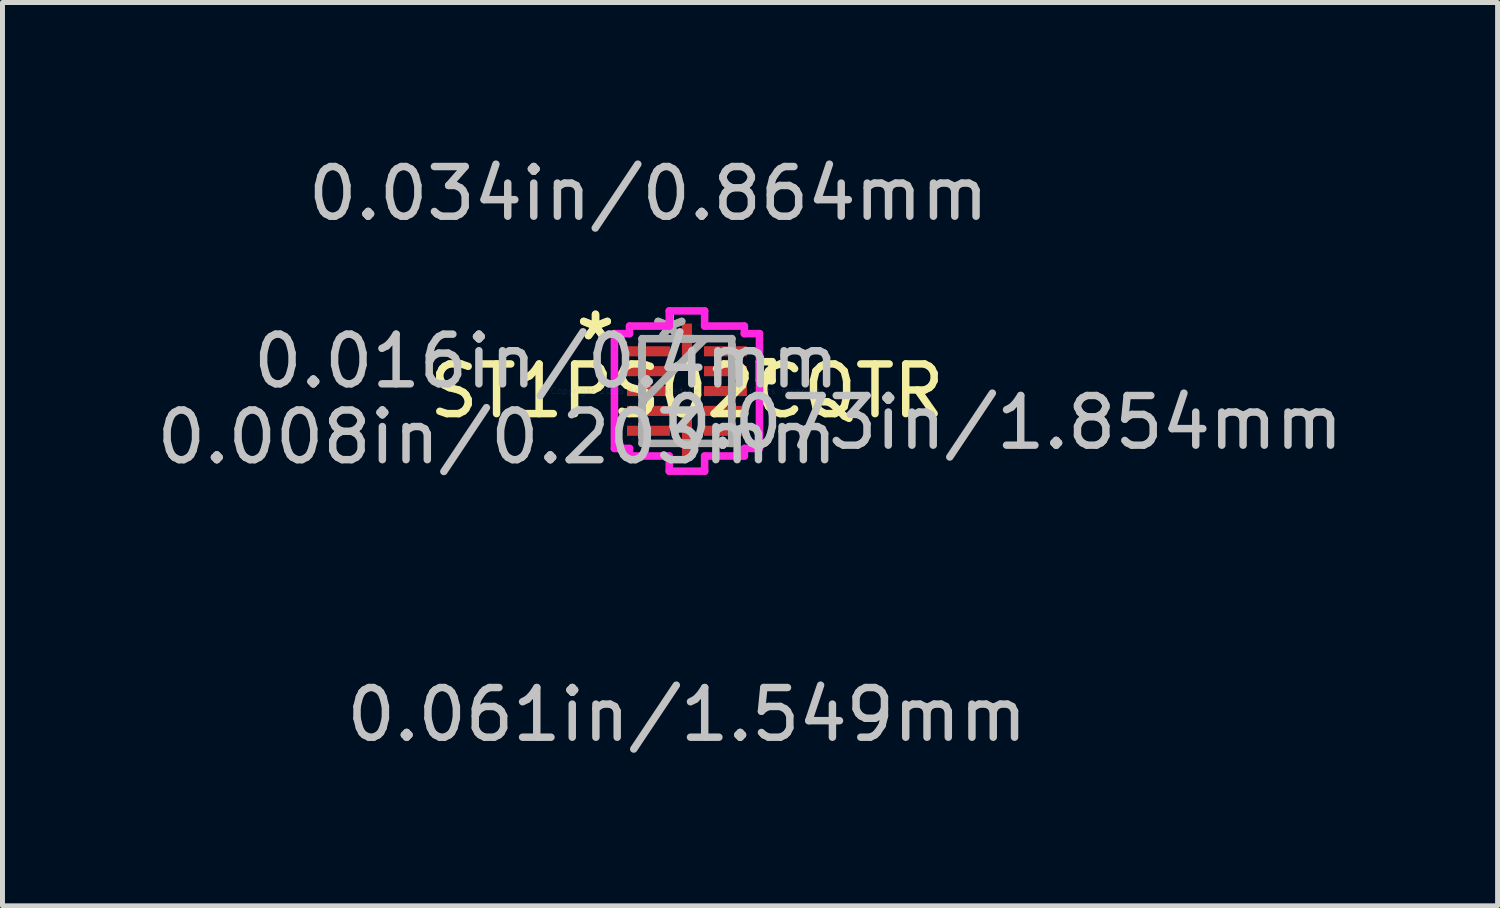
<source format=kicad_pcb>
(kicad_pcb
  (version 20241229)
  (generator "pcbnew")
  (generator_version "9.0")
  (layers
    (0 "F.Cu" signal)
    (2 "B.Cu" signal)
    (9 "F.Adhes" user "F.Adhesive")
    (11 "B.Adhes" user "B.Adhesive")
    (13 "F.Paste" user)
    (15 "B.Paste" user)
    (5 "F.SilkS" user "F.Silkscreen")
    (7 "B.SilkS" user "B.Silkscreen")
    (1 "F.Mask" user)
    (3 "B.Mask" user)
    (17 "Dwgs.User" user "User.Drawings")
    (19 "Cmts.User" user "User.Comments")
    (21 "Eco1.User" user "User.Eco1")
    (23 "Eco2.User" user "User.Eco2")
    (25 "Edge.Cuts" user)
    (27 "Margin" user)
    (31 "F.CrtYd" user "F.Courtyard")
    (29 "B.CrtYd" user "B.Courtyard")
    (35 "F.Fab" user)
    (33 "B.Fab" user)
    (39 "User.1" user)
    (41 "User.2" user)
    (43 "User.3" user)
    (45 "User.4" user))
  (footprint "ST1PS02CQTR"
    (layer "F.Cu")
    (at 10.781 4.823)
    (property "Reference" "ST1PS02CQTR" (at 0 0 0) (layer "F.SilkS") (effects (font (size 1 1) (thickness 0.15))))
    (attr through_hole)
    (fp_line (start 1.46 -0.591) (end 1.714 -0.591) (stroke (width 0.152) (type solid)) (layer "F.SilkS"))
    (fp_line (start 1.46 -0.21) (end 1.46 -0.591) (stroke (width 0.152) (type solid)) (layer "F.SilkS"))
    (fp_line (start 1.714 -0.591) (end 1.714 -0.21) (stroke (width 0.152) (type solid)) (layer "F.SilkS"))
    (fp_line (start 1.714 -0.21) (end 1.46 -0.21) (stroke (width 0.152) (type solid)) (layer "F.SilkS"))
    (fp_line (start -1.46 -1.156) (end -1.156 -1.156) (stroke (width 0.152) (type solid)) (layer "F.CrtYd"))
    (fp_line (start -1.46 1.156) (end -1.46 -1.156) (stroke (width 0.152) (type solid)) (layer "F.CrtYd"))
    (fp_line (start -1.156 -1.308) (end -0.356 -1.308) (stroke (width 0.152) (type solid)) (layer "F.CrtYd"))
    (fp_line (start -1.156 -1.156) (end -1.156 -1.308) (stroke (width 0.152) (type solid)) (layer "F.CrtYd"))
    (fp_line (start -1.156 1.156) (end -1.46 1.156) (stroke (width 0.152) (type solid)) (layer "F.CrtYd"))
    (fp_line (start -1.156 1.308) (end -1.156 1.156) (stroke (width 0.152) (type solid)) (layer "F.CrtYd"))
    (fp_line (start -0.356 -1.613) (end 0.356 -1.613) (stroke (width 0.152) (type solid)) (layer "F.CrtYd"))
    (fp_line (start -0.356 -1.308) (end -0.356 -1.613) (stroke (width 0.152) (type solid)) (layer "F.CrtYd"))
    (fp_line (start -0.356 1.308) (end -1.156 1.308) (stroke (width 0.152) (type solid)) (layer "F.CrtYd"))
    (fp_line (start -0.356 1.613) (end -0.356 1.308) (stroke (width 0.152) (type solid)) (layer "F.CrtYd"))
    (fp_line (start 0.356 -1.613) (end 0.356 -1.308) (stroke (width 0.152) (type solid)) (layer "F.CrtYd"))
    (fp_line (start 0.356 -1.308) (end 1.156 -1.308) (stroke (width 0.152) (type solid)) (layer "F.CrtYd"))
    (fp_line (start 0.356 1.308) (end 0.356 1.613) (stroke (width 0.152) (type solid)) (layer "F.CrtYd"))
    (fp_line (start 0.356 1.613) (end -0.356 1.613) (stroke (width 0.152) (type solid)) (layer "F.CrtYd"))
    (fp_line (start 1.156 -1.308) (end 1.156 -1.156) (stroke (width 0.152) (type solid)) (layer "F.CrtYd"))
    (fp_line (start 1.156 -1.156) (end 1.46 -1.156) (stroke (width 0.152) (type solid)) (layer "F.CrtYd"))
    (fp_line (start 1.156 1.156) (end 1.156 1.308) (stroke (width 0.152) (type solid)) (layer "F.CrtYd"))
    (fp_line (start 1.156 1.308) (end 0.356 1.308) (stroke (width 0.152) (type solid)) (layer "F.CrtYd"))
    (fp_line (start 1.46 -1.156) (end 1.46 1.156) (stroke (width 0.152) (type solid)) (layer "F.CrtYd"))
    (fp_line (start 1.46 1.156) (end 1.156 1.156) (stroke (width 0.152) (type solid)) (layer "F.CrtYd"))
    (fp_line (start -0.902 -1.054) (end -0.902 -1.054) (stroke (width 0.152) (type solid)) (layer "F.Fab"))
    (fp_line (start -0.902 -1.054) (end -0.902 1.054) (stroke (width 0.152) (type solid)) (layer "F.Fab"))
    (fp_line (start -0.902 -0.927) (end -0.902 -0.927) (stroke (width 0.152) (type solid)) (layer "F.Fab"))
    (fp_line (start -0.902 -0.927) (end -0.902 -0.673) (stroke (width 0.152) (type solid)) (layer "F.Fab"))
    (fp_line (start -0.902 -0.673) (end -0.902 -0.927) (stroke (width 0.152) (type solid)) (layer "F.Fab"))
    (fp_line (start -0.902 -0.673) (end -0.902 -0.673) (stroke (width 0.152) (type solid)) (layer "F.Fab"))
    (fp_line (start -0.902 -0.527) (end -0.902 -0.527) (stroke (width 0.152) (type solid)) (layer "F.Fab"))
    (fp_line (start -0.902 -0.527) (end -0.902 -0.273) (stroke (width 0.152) (type solid)) (layer "F.Fab"))
    (fp_line (start -0.902 -0.273) (end -0.902 -0.527) (stroke (width 0.152) (type solid)) (layer "F.Fab"))
    (fp_line (start -0.902 -0.273) (end -0.902 -0.273) (stroke (width 0.152) (type solid)) (layer "F.Fab"))
    (fp_line (start -0.902 -0.127) (end -0.902 -0.127) (stroke (width 0.152) (type solid)) (layer "F.Fab"))
    (fp_line (start -0.902 -0.127) (end -0.902 0.127) (stroke (width 0.152) (type solid)) (layer "F.Fab"))
    (fp_line (start -0.902 0.127) (end -0.902 -0.127) (stroke (width 0.152) (type solid)) (layer "F.Fab"))
    (fp_line (start -0.902 0.127) (end -0.902 0.127) (stroke (width 0.152) (type solid)) (layer "F.Fab"))
    (fp_line (start -0.902 0.216) (end 0.368 -1.054) (stroke (width 0.152) (type solid)) (layer "F.Fab"))
    (fp_line (start -0.902 0.273) (end -0.902 0.273) (stroke (width 0.152) (type solid)) (layer "F.Fab"))
    (fp_line (start -0.902 0.273) (end -0.902 0.527) (stroke (width 0.152) (type solid)) (layer "F.Fab"))
    (fp_line (start -0.902 0.527) (end -0.902 0.273) (stroke (width 0.152) (type solid)) (layer "F.Fab"))
    (fp_line (start -0.902 0.527) (end -0.902 0.527) (stroke (width 0.152) (type solid)) (layer "F.Fab"))
    (fp_line (start -0.902 0.673) (end -0.902 0.673) (stroke (width 0.152) (type solid)) (layer "F.Fab"))
    (fp_line (start -0.902 0.673) (end -0.902 0.927) (stroke (width 0.152) (type solid)) (layer "F.Fab"))
    (fp_line (start -0.902 0.927) (end -0.902 0.673) (stroke (width 0.152) (type solid)) (layer "F.Fab"))
    (fp_line (start -0.902 0.927) (end -0.902 0.927) (stroke (width 0.152) (type solid)) (layer "F.Fab"))
    (fp_line (start -0.902 1.054) (end -0.902 1.054) (stroke (width 0.152) (type solid)) (layer "F.Fab"))
    (fp_line (start -0.902 1.054) (end 0.902 1.054) (stroke (width 0.152) (type solid)) (layer "F.Fab"))
    (fp_line (start -0.127 -1.054) (end -0.127 -1.054) (stroke (width 0.152) (type solid)) (layer "F.Fab"))
    (fp_line (start -0.127 -1.054) (end 0.127 -1.054) (stroke (width 0.152) (type solid)) (layer "F.Fab"))
    (fp_line (start -0.127 1.054) (end -0.127 1.054) (stroke (width 0.152) (type solid)) (layer "F.Fab"))
    (fp_line (start -0.127 1.054) (end 0.127 1.054) (stroke (width 0.152) (type solid)) (layer "F.Fab"))
    (fp_line (start 0.127 -1.054) (end -0.127 -1.054) (stroke (width 0.152) (type solid)) (layer "F.Fab"))
    (fp_line (start 0.127 -1.054) (end 0.127 -1.054) (stroke (width 0.152) (type solid)) (layer "F.Fab"))
    (fp_line (start 0.127 1.054) (end -0.127 1.054) (stroke (width 0.152) (type solid)) (layer "F.Fab"))
    (fp_line (start 0.127 1.054) (end 0.127 1.054) (stroke (width 0.152) (type solid)) (layer "F.Fab"))
    (fp_line (start 0.902 -1.054) (end -0.902 -1.054) (stroke (width 0.152) (type solid)) (layer "F.Fab"))
    (fp_line (start 0.902 -1.054) (end 0.902 -1.054) (stroke (width 0.152) (type solid)) (layer "F.Fab"))
    (fp_line (start 0.902 -0.927) (end 0.902 -0.927) (stroke (width 0.152) (type solid)) (layer "F.Fab"))
    (fp_line (start 0.902 -0.927) (end 0.902 -0.673) (stroke (width 0.152) (type solid)) (layer "F.Fab"))
    (fp_line (start 0.902 -0.673) (end 0.902 -0.927) (stroke (width 0.152) (type solid)) (layer "F.Fab"))
    (fp_line (start 0.902 -0.673) (end 0.902 -0.673) (stroke (width 0.152) (type solid)) (layer "F.Fab"))
    (fp_line (start 0.902 -0.527) (end 0.902 -0.527) (stroke (width 0.152) (type solid)) (layer "F.Fab"))
    (fp_line (start 0.902 -0.527) (end 0.902 -0.273) (stroke (width 0.152) (type solid)) (layer "F.Fab"))
    (fp_line (start 0.902 -0.273) (end 0.902 -0.527) (stroke (width 0.152) (type solid)) (layer "F.Fab"))
    (fp_line (start 0.902 -0.273) (end 0.902 -0.273) (stroke (width 0.152) (type solid)) (layer "F.Fab"))
    (fp_line (start 0.902 -0.127) (end 0.902 -0.127) (stroke (width 0.152) (type solid)) (layer "F.Fab"))
    (fp_line (start 0.902 -0.127) (end 0.902 0.127) (stroke (width 0.152) (type solid)) (layer "F.Fab"))
    (fp_line (start 0.902 0.127) (end 0.902 -0.127) (stroke (width 0.152) (type solid)) (layer "F.Fab"))
    (fp_line (start 0.902 0.127) (end 0.902 0.127) (stroke (width 0.152) (type solid)) (layer "F.Fab"))
    (fp_line (start 0.902 0.273) (end 0.902 0.273) (stroke (width 0.152) (type solid)) (layer "F.Fab"))
    (fp_line (start 0.902 0.273) (end 0.902 0.527) (stroke (width 0.152) (type solid)) (layer "F.Fab"))
    (fp_line (start 0.902 0.527) (end 0.902 0.273) (stroke (width 0.152) (type solid)) (layer "F.Fab"))
    (fp_line (start 0.902 0.527) (end 0.902 0.527) (stroke (width 0.152) (type solid)) (layer "F.Fab"))
    (fp_line (start 0.902 0.673) (end 0.902 0.673) (stroke (width 0.152) (type solid)) (layer "F.Fab"))
    (fp_line (start 0.902 0.673) (end 0.902 0.927) (stroke (width 0.152) (type solid)) (layer "F.Fab"))
    (fp_line (start 0.902 0.927) (end 0.902 0.673) (stroke (width 0.152) (type solid)) (layer "F.Fab"))
    (fp_line (start 0.902 0.927) (end 0.902 0.927) (stroke (width 0.152) (type solid)) (layer "F.Fab"))
    (fp_line (start 0.902 1.054) (end 0.902 -1.054) (stroke (width 0.152) (type solid)) (layer "F.Fab"))
    (fp_line (start 0.902 1.054) (end 0.902 1.054) (stroke (width 0.152) (type solid)) (layer "F.Fab"))
    (fp_text user "*" (at -1.841 -1 0) (layer "F.SilkS") (effects (font (size 1 1) (thickness 0.15))))
    (fp_text user "*" (at -1.841 -1 0) (layer "F.SilkS") (effects (font (size 1 1) (thickness 0.15))))
    (fp_text user "0.073in/1.854mm" (at 6.363 0.635 0) (layer "Dwgs.User") (effects (font (size 1 1) (thickness 0.15))))
    (fp_text user "0.016in/0.4mm" (at -2.832 -0.6 0) (layer "Dwgs.User") (effects (font (size 1 1) (thickness 0.15))))
    (fp_text user "0.061in/1.549mm" (at 0 6.515 0) (layer "Dwgs.User") (effects (font (size 1 1) (thickness 0.15))))
    (fp_text user "0.008in/0.203mm" (at -3.823 0.927 0) (layer "Dwgs.User") (effects (font (size 1 1) (thickness 0.15))))
    (fp_text user "0.034in/0.864mm" (at -0.775 -3.975 0) (layer "Dwgs.User") (effects (font (size 1 1) (thickness 0.15))))
    (fp_text user "Copyright 2016 Accelerated Designs. All rights reserved." (at 0 0 0) (layer "Cmts.User") (effects (font (size 0.127 0.127) (thickness 0.002))))
    (fp_text user "*" (at -0.343 -1 0) (layer "F.Fab") (effects (font (size 1 1) (thickness 0.15))))
    (fp_text user "*" (at -0.343 -1 0) (layer "F.Fab") (effects (font (size 1 1) (thickness 0.15))))
    (pad "1" smd rect (at -0.775 -0.8 90) (size 0.203 0.864) (layers "F.Cu" "F.Mask" "F.Paste"))
    (pad "2" smd rect (at -0.775 -0.4 90) (size 0.203 0.864) (layers "F.Cu" "F.Mask" "F.Paste"))
    (pad "3" smd rect (at -0.775 0 90) (size 0.203 0.864) (layers "F.Cu" "F.Mask" "F.Paste"))
    (pad "4" smd rect (at -0.775 0.4 90) (size 0.203 0.864) (layers "F.Cu" "F.Mask" "F.Paste"))
    (pad "5" smd rect (at -0.775 0.8 90) (size 0.203 0.864) (layers "F.Cu" "F.Mask" "F.Paste"))
    (pad "6" smd rect (at 0 0.927) (size 0.203 0.864) (layers "F.Cu" "F.Mask" "F.Paste"))
    (pad "7" smd rect (at 0.775 0.8 90) (size 0.203 0.864) (layers "F.Cu" "F.Mask" "F.Paste"))
    (pad "8" smd rect (at 0.775 0.4 90) (size 0.203 0.864) (layers "F.Cu" "F.Mask" "F.Paste"))
    (pad "9" smd rect (at 0.775 0 90) (size 0.203 0.864) (layers "F.Cu" "F.Mask" "F.Paste"))
    (pad "10" smd rect (at 0.775 -0.4 90) (size 0.203 0.864) (layers "F.Cu" "F.Mask" "F.Paste"))
    (pad "11" smd rect (at 0.775 -0.8 90) (size 0.203 0.864) (layers "F.Cu" "F.Mask" "F.Paste"))
    (pad "12" smd rect (at 0 -0.927) (size 0.203 0.864) (layers "F.Cu" "F.Mask" "F.Paste")))
  (gr_rect
    (start -3 -3)
    (end 27.102 15.187)
    (stroke (width 0.1) (type default))
    (fill no)
    (layer "Edge.Cuts")))
</source>
